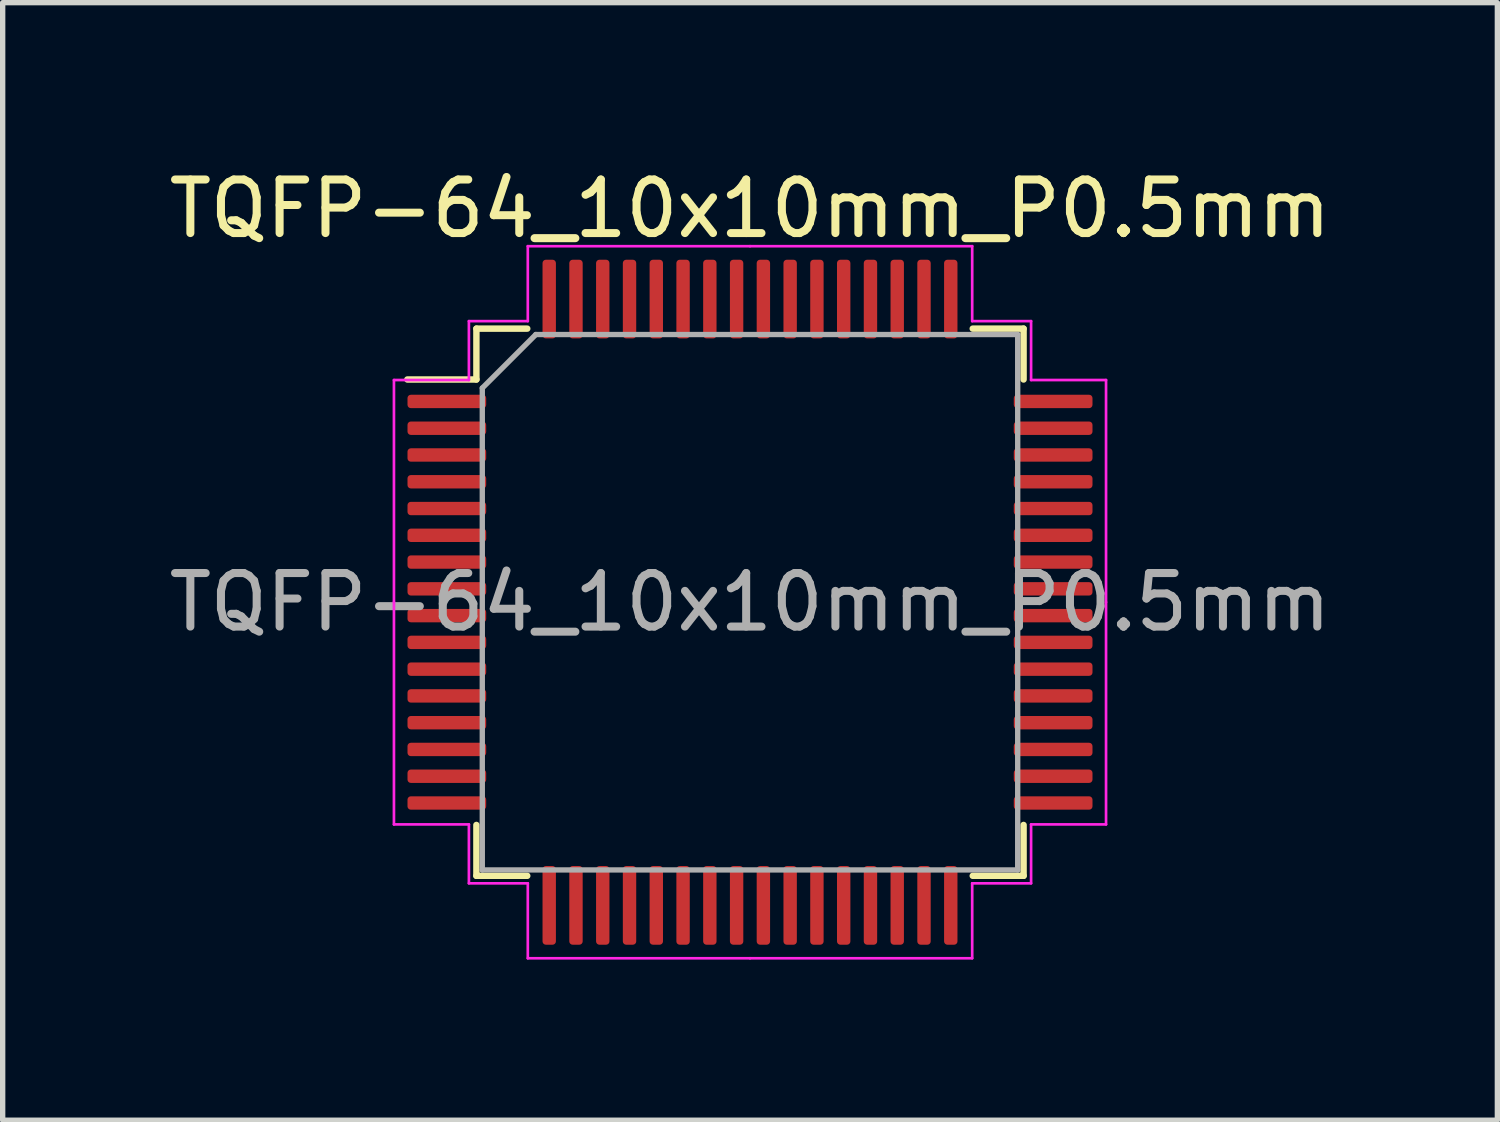
<source format=kicad_pcb>
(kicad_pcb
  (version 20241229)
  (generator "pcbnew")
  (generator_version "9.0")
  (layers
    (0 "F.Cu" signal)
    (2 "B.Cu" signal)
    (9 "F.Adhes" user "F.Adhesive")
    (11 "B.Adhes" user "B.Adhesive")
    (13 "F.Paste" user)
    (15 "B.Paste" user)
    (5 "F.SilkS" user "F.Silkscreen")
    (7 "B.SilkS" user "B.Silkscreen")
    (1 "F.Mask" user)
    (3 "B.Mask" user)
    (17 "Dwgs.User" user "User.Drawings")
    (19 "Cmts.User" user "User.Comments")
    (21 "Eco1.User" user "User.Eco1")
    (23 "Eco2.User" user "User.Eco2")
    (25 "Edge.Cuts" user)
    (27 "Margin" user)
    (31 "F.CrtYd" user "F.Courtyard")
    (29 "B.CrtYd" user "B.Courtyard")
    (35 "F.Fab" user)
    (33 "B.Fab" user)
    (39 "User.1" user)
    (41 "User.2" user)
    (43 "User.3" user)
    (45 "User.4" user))
  (footprint "TQFP-64_10x10mm_P0.5mm"
    (layer "F.Cu")
    (at 10.958 8.198)
    (property "Reference" "TQFP-64_10x10mm_P0.5mm" (at 0 -7.35 0) (layer "F.SilkS") (effects (font (size 1 1) (thickness 0.15))))
    (attr smd)
    (fp_line (start -5.11 -5.11) (end -5.11 -4.16) (stroke (width 0.12) (type solid)) (layer "F.SilkS"))
    (fp_line (start -5.11 -4.16) (end -6.4 -4.16) (stroke (width 0.12) (type solid)) (layer "F.SilkS"))
    (fp_line (start -5.11 5.11) (end -5.11 4.16) (stroke (width 0.12) (type solid)) (layer "F.SilkS"))
    (fp_line (start -4.16 -5.11) (end -5.11 -5.11) (stroke (width 0.12) (type solid)) (layer "F.SilkS"))
    (fp_line (start -4.16 5.11) (end -5.11 5.11) (stroke (width 0.12) (type solid)) (layer "F.SilkS"))
    (fp_line (start 4.16 -5.11) (end 5.11 -5.11) (stroke (width 0.12) (type solid)) (layer "F.SilkS"))
    (fp_line (start 4.16 5.11) (end 5.11 5.11) (stroke (width 0.12) (type solid)) (layer "F.SilkS"))
    (fp_line (start 5.11 -5.11) (end 5.11 -4.16) (stroke (width 0.12) (type solid)) (layer "F.SilkS"))
    (fp_line (start 5.11 5.11) (end 5.11 4.16) (stroke (width 0.12) (type solid)) (layer "F.SilkS"))
    (fp_line (start -6.65 -4.15) (end -6.65 0) (stroke (width 0.05) (type solid)) (layer "F.CrtYd"))
    (fp_line (start -6.65 4.15) (end -6.65 0) (stroke (width 0.05) (type solid)) (layer "F.CrtYd"))
    (fp_line (start -5.25 -5.25) (end -5.25 -4.15) (stroke (width 0.05) (type solid)) (layer "F.CrtYd"))
    (fp_line (start -5.25 -4.15) (end -6.65 -4.15) (stroke (width 0.05) (type solid)) (layer "F.CrtYd"))
    (fp_line (start -5.25 4.15) (end -6.65 4.15) (stroke (width 0.05) (type solid)) (layer "F.CrtYd"))
    (fp_line (start -5.25 5.25) (end -5.25 4.15) (stroke (width 0.05) (type solid)) (layer "F.CrtYd"))
    (fp_line (start -4.15 -6.65) (end -4.15 -5.25) (stroke (width 0.05) (type solid)) (layer "F.CrtYd"))
    (fp_line (start -4.15 -5.25) (end -5.25 -5.25) (stroke (width 0.05) (type solid)) (layer "F.CrtYd"))
    (fp_line (start -4.15 5.25) (end -5.25 5.25) (stroke (width 0.05) (type solid)) (layer "F.CrtYd"))
    (fp_line (start -4.15 6.65) (end -4.15 5.25) (stroke (width 0.05) (type solid)) (layer "F.CrtYd"))
    (fp_line (start 0 -6.65) (end -4.15 -6.65) (stroke (width 0.05) (type solid)) (layer "F.CrtYd"))
    (fp_line (start 0 -6.65) (end 4.15 -6.65) (stroke (width 0.05) (type solid)) (layer "F.CrtYd"))
    (fp_line (start 0 6.65) (end -4.15 6.65) (stroke (width 0.05) (type solid)) (layer "F.CrtYd"))
    (fp_line (start 0 6.65) (end 4.15 6.65) (stroke (width 0.05) (type solid)) (layer "F.CrtYd"))
    (fp_line (start 4.15 -6.65) (end 4.15 -5.25) (stroke (width 0.05) (type solid)) (layer "F.CrtYd"))
    (fp_line (start 4.15 -5.25) (end 5.25 -5.25) (stroke (width 0.05) (type solid)) (layer "F.CrtYd"))
    (fp_line (start 4.15 5.25) (end 5.25 5.25) (stroke (width 0.05) (type solid)) (layer "F.CrtYd"))
    (fp_line (start 4.15 6.65) (end 4.15 5.25) (stroke (width 0.05) (type solid)) (layer "F.CrtYd"))
    (fp_line (start 5.25 -5.25) (end 5.25 -4.15) (stroke (width 0.05) (type solid)) (layer "F.CrtYd"))
    (fp_line (start 5.25 -4.15) (end 6.65 -4.15) (stroke (width 0.05) (type solid)) (layer "F.CrtYd"))
    (fp_line (start 5.25 4.15) (end 6.65 4.15) (stroke (width 0.05) (type solid)) (layer "F.CrtYd"))
    (fp_line (start 5.25 5.25) (end 5.25 4.15) (stroke (width 0.05) (type solid)) (layer "F.CrtYd"))
    (fp_line (start 6.65 -4.15) (end 6.65 0) (stroke (width 0.05) (type solid)) (layer "F.CrtYd"))
    (fp_line (start 6.65 4.15) (end 6.65 0) (stroke (width 0.05) (type solid)) (layer "F.CrtYd"))
    (fp_line (start -5 -4) (end -4 -5) (stroke (width 0.1) (type solid)) (layer "F.Fab"))
    (fp_line (start -5 5) (end -5 -4) (stroke (width 0.1) (type solid)) (layer "F.Fab"))
    (fp_line (start -4 -5) (end 5 -5) (stroke (width 0.1) (type solid)) (layer "F.Fab"))
    (fp_line (start 5 -5) (end 5 5) (stroke (width 0.1) (type solid)) (layer "F.Fab"))
    (fp_line (start 5 5) (end -5 5) (stroke (width 0.1) (type solid)) (layer "F.Fab"))
    (fp_text user "${REFERENCE}" (at 0 0 0) (layer "F.Fab") (effects (font (size 1 1) (thickness 0.15))))
    (pad "1" smd roundrect (at -5.662 -3.75 90) (size 0.25 1.47) (layers "F.Cu" "F.Mask" "F.Paste") (roundrect_rratio 0.25))
    (pad "2" smd roundrect (at -5.662 -3.25 90) (size 0.25 1.47) (layers "F.Cu" "F.Mask" "F.Paste") (roundrect_rratio 0.25))
    (pad "3" smd roundrect (at -5.662 -2.75 90) (size 0.25 1.47) (layers "F.Cu" "F.Mask" "F.Paste") (roundrect_rratio 0.25))
    (pad "4" smd roundrect (at -5.662 -2.25 90) (size 0.25 1.47) (layers "F.Cu" "F.Mask" "F.Paste") (roundrect_rratio 0.25))
    (pad "5" smd roundrect (at -5.662 -1.75 90) (size 0.25 1.47) (layers "F.Cu" "F.Mask" "F.Paste") (roundrect_rratio 0.25))
    (pad "6" smd roundrect (at -5.662 -1.25 90) (size 0.25 1.47) (layers "F.Cu" "F.Mask" "F.Paste") (roundrect_rratio 0.25))
    (pad "7" smd roundrect (at -5.662 -0.75 90) (size 0.25 1.47) (layers "F.Cu" "F.Mask" "F.Paste") (roundrect_rratio 0.25))
    (pad "8" smd roundrect (at -5.662 -0.25 90) (size 0.25 1.47) (layers "F.Cu" "F.Mask" "F.Paste") (roundrect_rratio 0.25))
    (pad "9" smd roundrect (at -5.662 0.25 90) (size 0.25 1.47) (layers "F.Cu" "F.Mask" "F.Paste") (roundrect_rratio 0.25))
    (pad "10" smd roundrect (at -5.662 0.75 90) (size 0.25 1.47) (layers "F.Cu" "F.Mask" "F.Paste") (roundrect_rratio 0.25))
    (pad "11" smd roundrect (at -5.662 1.25 90) (size 0.25 1.47) (layers "F.Cu" "F.Mask" "F.Paste") (roundrect_rratio 0.25))
    (pad "12" smd roundrect (at -5.662 1.75 90) (size 0.25 1.47) (layers "F.Cu" "F.Mask" "F.Paste") (roundrect_rratio 0.25))
    (pad "13" smd roundrect (at -5.662 2.25 90) (size 0.25 1.47) (layers "F.Cu" "F.Mask" "F.Paste") (roundrect_rratio 0.25))
    (pad "14" smd roundrect (at -5.662 2.75 90) (size 0.25 1.47) (layers "F.Cu" "F.Mask" "F.Paste") (roundrect_rratio 0.25))
    (pad "15" smd roundrect (at -5.662 3.25 90) (size 0.25 1.47) (layers "F.Cu" "F.Mask" "F.Paste") (roundrect_rratio 0.25))
    (pad "16" smd roundrect (at -5.662 3.75 90) (size 0.25 1.47) (layers "F.Cu" "F.Mask" "F.Paste") (roundrect_rratio 0.25))
    (pad "17" smd roundrect (at -3.75 5.662) (size 0.25 1.47) (layers "F.Cu" "F.Mask" "F.Paste") (roundrect_rratio 0.25))
    (pad "18" smd roundrect (at -3.25 5.662) (size 0.25 1.47) (layers "F.Cu" "F.Mask" "F.Paste") (roundrect_rratio 0.25))
    (pad "19" smd roundrect (at -2.75 5.662) (size 0.25 1.47) (layers "F.Cu" "F.Mask" "F.Paste") (roundrect_rratio 0.25))
    (pad "20" smd roundrect (at -2.25 5.662) (size 0.25 1.47) (layers "F.Cu" "F.Mask" "F.Paste") (roundrect_rratio 0.25))
    (pad "21" smd roundrect (at -1.75 5.662) (size 0.25 1.47) (layers "F.Cu" "F.Mask" "F.Paste") (roundrect_rratio 0.25))
    (pad "22" smd roundrect (at -1.25 5.662) (size 0.25 1.47) (layers "F.Cu" "F.Mask" "F.Paste") (roundrect_rratio 0.25))
    (pad "23" smd roundrect (at -0.75 5.662) (size 0.25 1.47) (layers "F.Cu" "F.Mask" "F.Paste") (roundrect_rratio 0.25))
    (pad "24" smd roundrect (at -0.25 5.662) (size 0.25 1.47) (layers "F.Cu" "F.Mask" "F.Paste") (roundrect_rratio 0.25))
    (pad "25" smd roundrect (at 0.25 5.662) (size 0.25 1.47) (layers "F.Cu" "F.Mask" "F.Paste") (roundrect_rratio 0.25))
    (pad "26" smd roundrect (at 0.75 5.662) (size 0.25 1.47) (layers "F.Cu" "F.Mask" "F.Paste") (roundrect_rratio 0.25))
    (pad "27" smd roundrect (at 1.25 5.662) (size 0.25 1.47) (layers "F.Cu" "F.Mask" "F.Paste") (roundrect_rratio 0.25))
    (pad "28" smd roundrect (at 1.75 5.662) (size 0.25 1.47) (layers "F.Cu" "F.Mask" "F.Paste") (roundrect_rratio 0.25))
    (pad "29" smd roundrect (at 2.25 5.662) (size 0.25 1.47) (layers "F.Cu" "F.Mask" "F.Paste") (roundrect_rratio 0.25))
    (pad "30" smd roundrect (at 2.75 5.662) (size 0.25 1.47) (layers "F.Cu" "F.Mask" "F.Paste") (roundrect_rratio 0.25))
    (pad "31" smd roundrect (at 3.25 5.662) (size 0.25 1.47) (layers "F.Cu" "F.Mask" "F.Paste") (roundrect_rratio 0.25))
    (pad "32" smd roundrect (at 3.75 5.662) (size 0.25 1.47) (layers "F.Cu" "F.Mask" "F.Paste") (roundrect_rratio 0.25))
    (pad "33" smd roundrect (at 5.662 3.75 90) (size 0.25 1.47) (layers "F.Cu" "F.Mask" "F.Paste") (roundrect_rratio 0.25))
    (pad "34" smd roundrect (at 5.662 3.25 90) (size 0.25 1.47) (layers "F.Cu" "F.Mask" "F.Paste") (roundrect_rratio 0.25))
    (pad "35" smd roundrect (at 5.662 2.75 90) (size 0.25 1.47) (layers "F.Cu" "F.Mask" "F.Paste") (roundrect_rratio 0.25))
    (pad "36" smd roundrect (at 5.662 2.25 90) (size 0.25 1.47) (layers "F.Cu" "F.Mask" "F.Paste") (roundrect_rratio 0.25))
    (pad "37" smd roundrect (at 5.662 1.75 90) (size 0.25 1.47) (layers "F.Cu" "F.Mask" "F.Paste") (roundrect_rratio 0.25))
    (pad "38" smd roundrect (at 5.662 1.25 90) (size 0.25 1.47) (layers "F.Cu" "F.Mask" "F.Paste") (roundrect_rratio 0.25))
    (pad "39" smd roundrect (at 5.662 0.75 90) (size 0.25 1.47) (layers "F.Cu" "F.Mask" "F.Paste") (roundrect_rratio 0.25))
    (pad "40" smd roundrect (at 5.662 0.25 90) (size 0.25 1.47) (layers "F.Cu" "F.Mask" "F.Paste") (roundrect_rratio 0.25))
    (pad "41" smd roundrect (at 5.662 -0.25 90) (size 0.25 1.47) (layers "F.Cu" "F.Mask" "F.Paste") (roundrect_rratio 0.25))
    (pad "42" smd roundrect (at 5.662 -0.75 90) (size 0.25 1.47) (layers "F.Cu" "F.Mask" "F.Paste") (roundrect_rratio 0.25))
    (pad "43" smd roundrect (at 5.662 -1.25 90) (size 0.25 1.47) (layers "F.Cu" "F.Mask" "F.Paste") (roundrect_rratio 0.25))
    (pad "44" smd roundrect (at 5.662 -1.75 90) (size 0.25 1.47) (layers "F.Cu" "F.Mask" "F.Paste") (roundrect_rratio 0.25))
    (pad "45" smd roundrect (at 5.662 -2.25 90) (size 0.25 1.47) (layers "F.Cu" "F.Mask" "F.Paste") (roundrect_rratio 0.25))
    (pad "46" smd roundrect (at 5.662 -2.75 90) (size 0.25 1.47) (layers "F.Cu" "F.Mask" "F.Paste") (roundrect_rratio 0.25))
    (pad "47" smd roundrect (at 5.662 -3.25 90) (size 0.25 1.47) (layers "F.Cu" "F.Mask" "F.Paste") (roundrect_rratio 0.25))
    (pad "48" smd roundrect (at 5.662 -3.75 90) (size 0.25 1.47) (layers "F.Cu" "F.Mask" "F.Paste") (roundrect_rratio 0.25))
    (pad "49" smd roundrect (at 3.75 -5.662) (size 0.25 1.47) (layers "F.Cu" "F.Mask" "F.Paste") (roundrect_rratio 0.25))
    (pad "50" smd roundrect (at 3.25 -5.662) (size 0.25 1.47) (layers "F.Cu" "F.Mask" "F.Paste") (roundrect_rratio 0.25))
    (pad "51" smd roundrect (at 2.75 -5.662) (size 0.25 1.47) (layers "F.Cu" "F.Mask" "F.Paste") (roundrect_rratio 0.25))
    (pad "52" smd roundrect (at 2.25 -5.662) (size 0.25 1.47) (layers "F.Cu" "F.Mask" "F.Paste") (roundrect_rratio 0.25))
    (pad "53" smd roundrect (at 1.75 -5.662) (size 0.25 1.47) (layers "F.Cu" "F.Mask" "F.Paste") (roundrect_rratio 0.25))
    (pad "54" smd roundrect (at 1.25 -5.662) (size 0.25 1.47) (layers "F.Cu" "F.Mask" "F.Paste") (roundrect_rratio 0.25))
    (pad "55" smd roundrect (at 0.75 -5.662) (size 0.25 1.47) (layers "F.Cu" "F.Mask" "F.Paste") (roundrect_rratio 0.25))
    (pad "56" smd roundrect (at 0.25 -5.662) (size 0.25 1.47) (layers "F.Cu" "F.Mask" "F.Paste") (roundrect_rratio 0.25))
    (pad "57" smd roundrect (at -0.25 -5.662) (size 0.25 1.47) (layers "F.Cu" "F.Mask" "F.Paste") (roundrect_rratio 0.25))
    (pad "58" smd roundrect (at -0.75 -5.662) (size 0.25 1.47) (layers "F.Cu" "F.Mask" "F.Paste") (roundrect_rratio 0.25))
    (pad "59" smd roundrect (at -1.25 -5.662) (size 0.25 1.47) (layers "F.Cu" "F.Mask" "F.Paste") (roundrect_rratio 0.25))
    (pad "60" smd roundrect (at -1.75 -5.662) (size 0.25 1.47) (layers "F.Cu" "F.Mask" "F.Paste") (roundrect_rratio 0.25))
    (pad "61" smd roundrect (at -2.25 -5.662) (size 0.25 1.47) (layers "F.Cu" "F.Mask" "F.Paste") (roundrect_rratio 0.25))
    (pad "62" smd roundrect (at -2.75 -5.662) (size 0.25 1.47) (layers "F.Cu" "F.Mask" "F.Paste") (roundrect_rratio 0.25))
    (pad "63" smd roundrect (at -3.25 -5.662) (size 0.25 1.47) (layers "F.Cu" "F.Mask" "F.Paste") (roundrect_rratio 0.25))
    (pad "64" smd roundrect (at -3.75 -5.662) (size 0.25 1.47) (layers "F.Cu" "F.Mask" "F.Paste") (roundrect_rratio 0.25)))
  (gr_rect
    (start -3 -3)
    (end 24.917 17.873)
    (stroke (width 0.1) (type default))
    (fill no)
    (layer "Edge.Cuts")))
</source>
